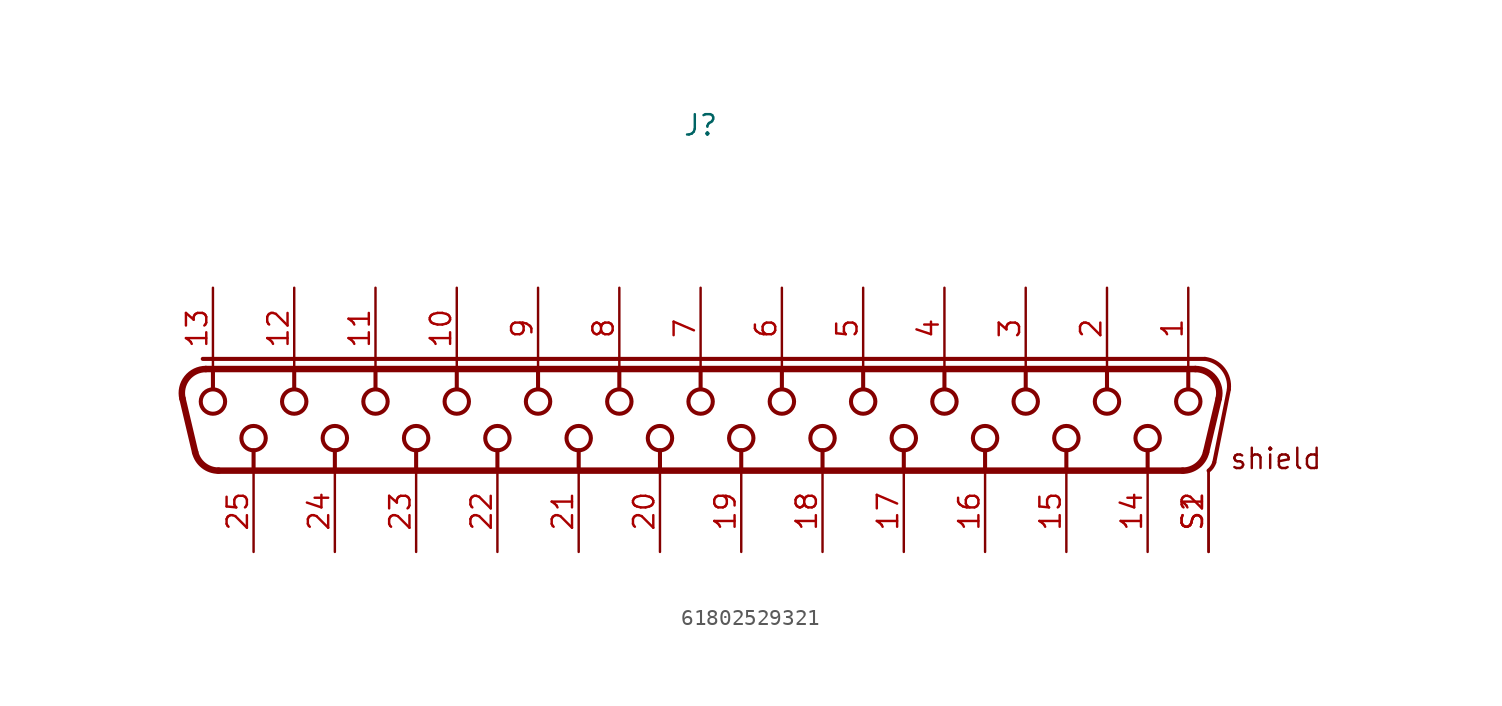
<source format=kicad_sym>
(kicad_symbol_lib
  (version 20241209)
  (generator "kicad_symbol_editor")
  (generator_version "9.0")
  (symbol "61802529321"
    (pin_names
      (hide yes))
    (property "Reference" "J"
      (at 0 17.78 0)
      (effects (font (size 1.27 1.27))))
    (symbol "61802529321_1_0"
      (polyline (pts (xy -31.593 -2.655) (xy -32.384 0.695)) (stroke (width 0.406) (type solid)) (fill (type none)))
      (polyline (pts (xy -31.115 3.175) (xy 31.52 3.175)) (stroke (width 0.254) (type solid)) (fill (type none)))
      (polyline (pts (xy -30.924 2.54) (xy 30.924 2.54)) (stroke (width 0.406) (type solid)) (fill (type none)))
      (arc (start -32.3842 0.695) (mid -32.1007 1.9707) (end -30.9243 2.54) (stroke (width 0.4064) (type solid)) (fill (type none)))
      (polyline (pts (xy -30.48 2.58) (xy -30.48 1.3)) (stroke (width 0.254) (type solid)) (fill (type none)))
      (circle (center -30.48 0.508) (radius 0.762) (stroke (width 0.254) (type solid)) (fill (type none)))
      (arc (start -30.133 -3.81) (mid -31.0638 -3.4862) (end -31.5928 -2.6547) (stroke (width 0.4064) (type solid)) (fill (type none)))
      (circle (center -27.94 -1.778) (radius 0.762) (stroke (width 0.254) (type solid)) (fill (type none)))
      (polyline (pts (xy -27.94 -2.54) (xy -27.94 -3.82)) (stroke (width 0.254) (type solid)) (fill (type none)))
      (polyline (pts (xy -25.4 2.58) (xy -25.4 1.3)) (stroke (width 0.254) (type solid)) (fill (type none)))
      (circle (center -25.4 0.508) (radius 0.762) (stroke (width 0.254) (type solid)) (fill (type none)))
      (circle (center -22.86 -1.778) (radius 0.762) (stroke (width 0.254) (type solid)) (fill (type none)))
      (polyline (pts (xy -22.86 -2.54) (xy -22.86 -3.82)) (stroke (width 0.254) (type solid)) (fill (type none)))
      (polyline (pts (xy -20.32 2.58) (xy -20.32 1.3)) (stroke (width 0.254) (type solid)) (fill (type none)))
      (circle (center -20.32 0.508) (radius 0.762) (stroke (width 0.254) (type solid)) (fill (type none)))
      (circle (center -17.78 -1.778) (radius 0.762) (stroke (width 0.254) (type solid)) (fill (type none)))
      (polyline (pts (xy -17.78 -2.54) (xy -17.78 -3.82)) (stroke (width 0.254) (type solid)) (fill (type none)))
      (polyline (pts (xy -15.24 2.58) (xy -15.24 1.3)) (stroke (width 0.254) (type solid)) (fill (type none)))
      (circle (center -15.24 0.508) (radius 0.762) (stroke (width 0.254) (type solid)) (fill (type none)))
      (circle (center -12.7 -1.778) (radius 0.762) (stroke (width 0.254) (type solid)) (fill (type none)))
      (polyline (pts (xy -12.7 -2.54) (xy -12.7 -3.82)) (stroke (width 0.254) (type solid)) (fill (type none)))
      (polyline (pts (xy -10.16 2.58) (xy -10.16 1.3)) (stroke (width 0.254) (type solid)) (fill (type none)))
      (circle (center -10.16 0.508) (radius 0.762) (stroke (width 0.254) (type solid)) (fill (type none)))
      (circle (center -7.62 -1.778) (radius 0.762) (stroke (width 0.254) (type solid)) (fill (type none)))
      (polyline (pts (xy -7.62 -2.54) (xy -7.62 -3.82)) (stroke (width 0.254) (type solid)) (fill (type none)))
      (polyline (pts (xy -5.08 2.58) (xy -5.08 1.3)) (stroke (width 0.254) (type solid)) (fill (type none)))
      (circle (center -5.08 0.508) (radius 0.762) (stroke (width 0.254) (type solid)) (fill (type none)))
      (circle (center -2.54 -1.778) (radius 0.762) (stroke (width 0.254) (type solid)) (fill (type none)))
      (polyline (pts (xy -2.54 -2.54) (xy -2.54 -3.82)) (stroke (width 0.254) (type solid)) (fill (type none)))
      (polyline (pts (xy 0 2.58) (xy 0 1.3)) (stroke (width 0.254) (type solid)) (fill (type none)))
      (circle (center 0 0.508) (radius 0.762) (stroke (width 0.254) (type solid)) (fill (type none)))
      (circle (center 2.54 -1.778) (radius 0.762) (stroke (width 0.254) (type solid)) (fill (type none)))
      (polyline (pts (xy 2.54 -2.54) (xy 2.54 -3.82)) (stroke (width 0.254) (type solid)) (fill (type none)))
      (polyline (pts (xy 5.08 2.58) (xy 5.08 1.3)) (stroke (width 0.254) (type solid)) (fill (type none)))
      (circle (center 5.08 0.508) (radius 0.762) (stroke (width 0.254) (type solid)) (fill (type none)))
      (circle (center 7.62 -1.778) (radius 0.762) (stroke (width 0.254) (type solid)) (fill (type none)))
      (polyline (pts (xy 7.62 -2.54) (xy 7.62 -3.82)) (stroke (width 0.254) (type solid)) (fill (type none)))
      (polyline (pts (xy 10.16 2.58) (xy 10.16 1.3)) (stroke (width 0.254) (type solid)) (fill (type none)))
      (circle (center 10.16 0.508) (radius 0.762) (stroke (width 0.254) (type solid)) (fill (type none)))
      (circle (center 12.7 -1.778) (radius 0.762) (stroke (width 0.254) (type solid)) (fill (type none)))
      (polyline (pts (xy 12.7 -2.54) (xy 12.7 -3.82)) (stroke (width 0.254) (type solid)) (fill (type none)))
      (polyline (pts (xy 15.24 2.58) (xy 15.24 1.3)) (stroke (width 0.254) (type solid)) (fill (type none)))
      (circle (center 15.24 0.508) (radius 0.762) (stroke (width 0.254) (type solid)) (fill (type none)))
      (circle (center 17.78 -1.778) (radius 0.762) (stroke (width 0.254) (type solid)) (fill (type none)))
      (polyline (pts (xy 17.78 -2.54) (xy 17.78 -3.82)) (stroke (width 0.254) (type solid)) (fill (type none)))
      (polyline (pts (xy 20.32 2.58) (xy 20.32 1.3)) (stroke (width 0.254) (type solid)) (fill (type none)))
      (circle (center 20.32 0.508) (radius 0.762) (stroke (width 0.254) (type solid)) (fill (type none)))
      (circle (center 22.86 -1.778) (radius 0.762) (stroke (width 0.254) (type solid)) (fill (type none)))
      (polyline (pts (xy 22.86 -2.54) (xy 22.86 -3.82)) (stroke (width 0.254) (type solid)) (fill (type none)))
      (polyline (pts (xy 25.4 2.58) (xy 25.4 1.3)) (stroke (width 0.254) (type solid)) (fill (type none)))
      (circle (center 25.4 0.508) (radius 0.762) (stroke (width 0.254) (type solid)) (fill (type none)))
      (circle (center 27.94 -1.778) (radius 0.762) (stroke (width 0.254) (type solid)) (fill (type none)))
      (polyline (pts (xy 27.94 -2.54) (xy 27.94 -3.82)) (stroke (width 0.254) (type solid)) (fill (type none)))
      (arc (start 31.5928 -2.6548) (mid 31.0637 -3.4863) (end 30.1329 -3.81) (stroke (width 0.4064) (type solid)) (fill (type none)))
      (polyline (pts (xy 30.133 -3.81) (xy -30.133 -3.81)) (stroke (width 0.406) (type solid)) (fill (type none)))
      (polyline (pts (xy 30.48 2.58) (xy 30.48 1.3)) (stroke (width 0.254) (type solid)) (fill (type none)))
      (circle (center 30.48 0.508) (radius 0.762) (stroke (width 0.254) (type solid)) (fill (type none)))
      (arc (start 30.9243 2.54) (mid 32.1007 1.9707) (end 32.3842 0.695) (stroke (width 0.4064) (type solid)) (fill (type none)))
      (arc (start 32.1039 -3.3037) (mid 31.9648 -3.5833) (end 31.75 -3.81) (stroke (width 0.254) (type solid)) (fill (type none)))
      (arc (start 31.52 3.175) (mid 32.6664 2.5346) (end 33.02 1.27) (stroke (width 0.254) (type solid)) (fill (type none)))
      (polyline (pts (xy 32.104 -3.304) (xy 33.02 1.27)) (stroke (width 0.254) (type solid)) (fill (type none)))
      (polyline (pts (xy 32.384 0.695) (xy 31.593 -2.655)) (stroke (width 0.406) (type solid)) (fill (type none)))
      (text "shield" (at 33.02 -3.81 0) (effects (font (size 1.27 1.27)) (justify left bottom)))
      (pin passive line (at -30.48 7.62 270) (length 5.08) (name "13" (effects (font (size 1.27 1.27)))) (number "13" (effects (font (size 1.27 1.27)))))
      (pin passive line (at -27.94 -8.89 90) (length 5.08) (name "25" (effects (font (size 1.27 1.27)))) (number "25" (effects (font (size 1.27 1.27)))))
      (pin passive line (at -25.4 7.62 270) (length 5.08) (name "12" (effects (font (size 1.27 1.27)))) (number "12" (effects (font (size 1.27 1.27)))))
      (pin passive line (at -22.86 -8.89 90) (length 5.08) (name "24" (effects (font (size 1.27 1.27)))) (number "24" (effects (font (size 1.27 1.27)))))
      (pin passive line (at -20.32 7.62 270) (length 5.08) (name "11" (effects (font (size 1.27 1.27)))) (number "11" (effects (font (size 1.27 1.27)))))
      (pin passive line (at -17.78 -8.89 90) (length 5.08) (name "23" (effects (font (size 1.27 1.27)))) (number "23" (effects (font (size 1.27 1.27)))))
      (pin passive line (at -15.24 7.62 270) (length 5.08) (name "10" (effects (font (size 1.27 1.27)))) (number "10" (effects (font (size 1.27 1.27)))))
      (pin passive line (at -12.7 -8.89 90) (length 5.08) (name "22" (effects (font (size 1.27 1.27)))) (number "22" (effects (font (size 1.27 1.27)))))
      (pin passive line (at -10.16 7.62 270) (length 5.08) (name "9" (effects (font (size 1.27 1.27)))) (number "9" (effects (font (size 1.27 1.27)))))
      (pin passive line (at -7.62 -8.89 90) (length 5.08) (name "21" (effects (font (size 1.27 1.27)))) (number "21" (effects (font (size 1.27 1.27)))))
      (pin passive line (at -5.08 7.62 270) (length 5.08) (name "8" (effects (font (size 1.27 1.27)))) (number "8" (effects (font (size 1.27 1.27)))))
      (pin passive line (at -2.54 -8.89 90) (length 5.08) (name "20" (effects (font (size 1.27 1.27)))) (number "20" (effects (font (size 1.27 1.27)))))
      (pin passive line (at 0 7.62 270) (length 5.08) (name "7" (effects (font (size 1.27 1.27)))) (number "7" (effects (font (size 1.27 1.27)))))
      (pin passive line (at 2.54 -8.89 90) (length 5.08) (name "19" (effects (font (size 1.27 1.27)))) (number "19" (effects (font (size 1.27 1.27)))))
      (pin passive line (at 5.08 7.62 270) (length 5.08) (name "6" (effects (font (size 1.27 1.27)))) (number "6" (effects (font (size 1.27 1.27)))))
      (pin passive line (at 7.62 -8.89 90) (length 5.08) (name "18" (effects (font (size 1.27 1.27)))) (number "18" (effects (font (size 1.27 1.27)))))
      (pin passive line (at 10.16 7.62 270) (length 5.08) (name "5" (effects (font (size 1.27 1.27)))) (number "5" (effects (font (size 1.27 1.27)))))
      (pin passive line (at 12.7 -8.89 90) (length 5.08) (name "17" (effects (font (size 1.27 1.27)))) (number "17" (effects (font (size 1.27 1.27)))))
      (pin passive line (at 15.24 7.62 270) (length 5.08) (name "4" (effects (font (size 1.27 1.27)))) (number "4" (effects (font (size 1.27 1.27)))))
      (pin passive line (at 17.78 -8.89 90) (length 5.08) (name "16" (effects (font (size 1.27 1.27)))) (number "16" (effects (font (size 1.27 1.27)))))
      (pin passive line (at 20.32 7.62 270) (length 5.08) (name "3" (effects (font (size 1.27 1.27)))) (number "3" (effects (font (size 1.27 1.27)))))
      (pin passive line (at 22.86 -8.89 90) (length 5.08) (name "15" (effects (font (size 1.27 1.27)))) (number "15" (effects (font (size 1.27 1.27)))))
      (pin passive line (at 25.4 7.62 270) (length 5.08) (name "2" (effects (font (size 1.27 1.27)))) (number "2" (effects (font (size 1.27 1.27)))))
      (pin passive line (at 27.94 -8.89 90) (length 5.08) (name "14" (effects (font (size 1.27 1.27)))) (number "14" (effects (font (size 1.27 1.27)))))
      (pin passive line (at 30.48 7.62 270) (length 5.08) (name "1" (effects (font (size 1.27 1.27)))) (number "1" (effects (font (size 1.27 1.27)))))
      (pin passive line (at 31.75 -8.89 90) (length 5.08) (name "SHIELD" (effects (font (size 1.27 1.27)))) (number "S1" (effects (font (size 1.27 1.27)))))
      (pin passive line (at 31.75 -8.89 90) (length 5.08) (name "SHIELD" (effects (font (size 1.27 1.27)))) (number "S2" (effects (font (size 1.27 1.27))))))))
</source>
